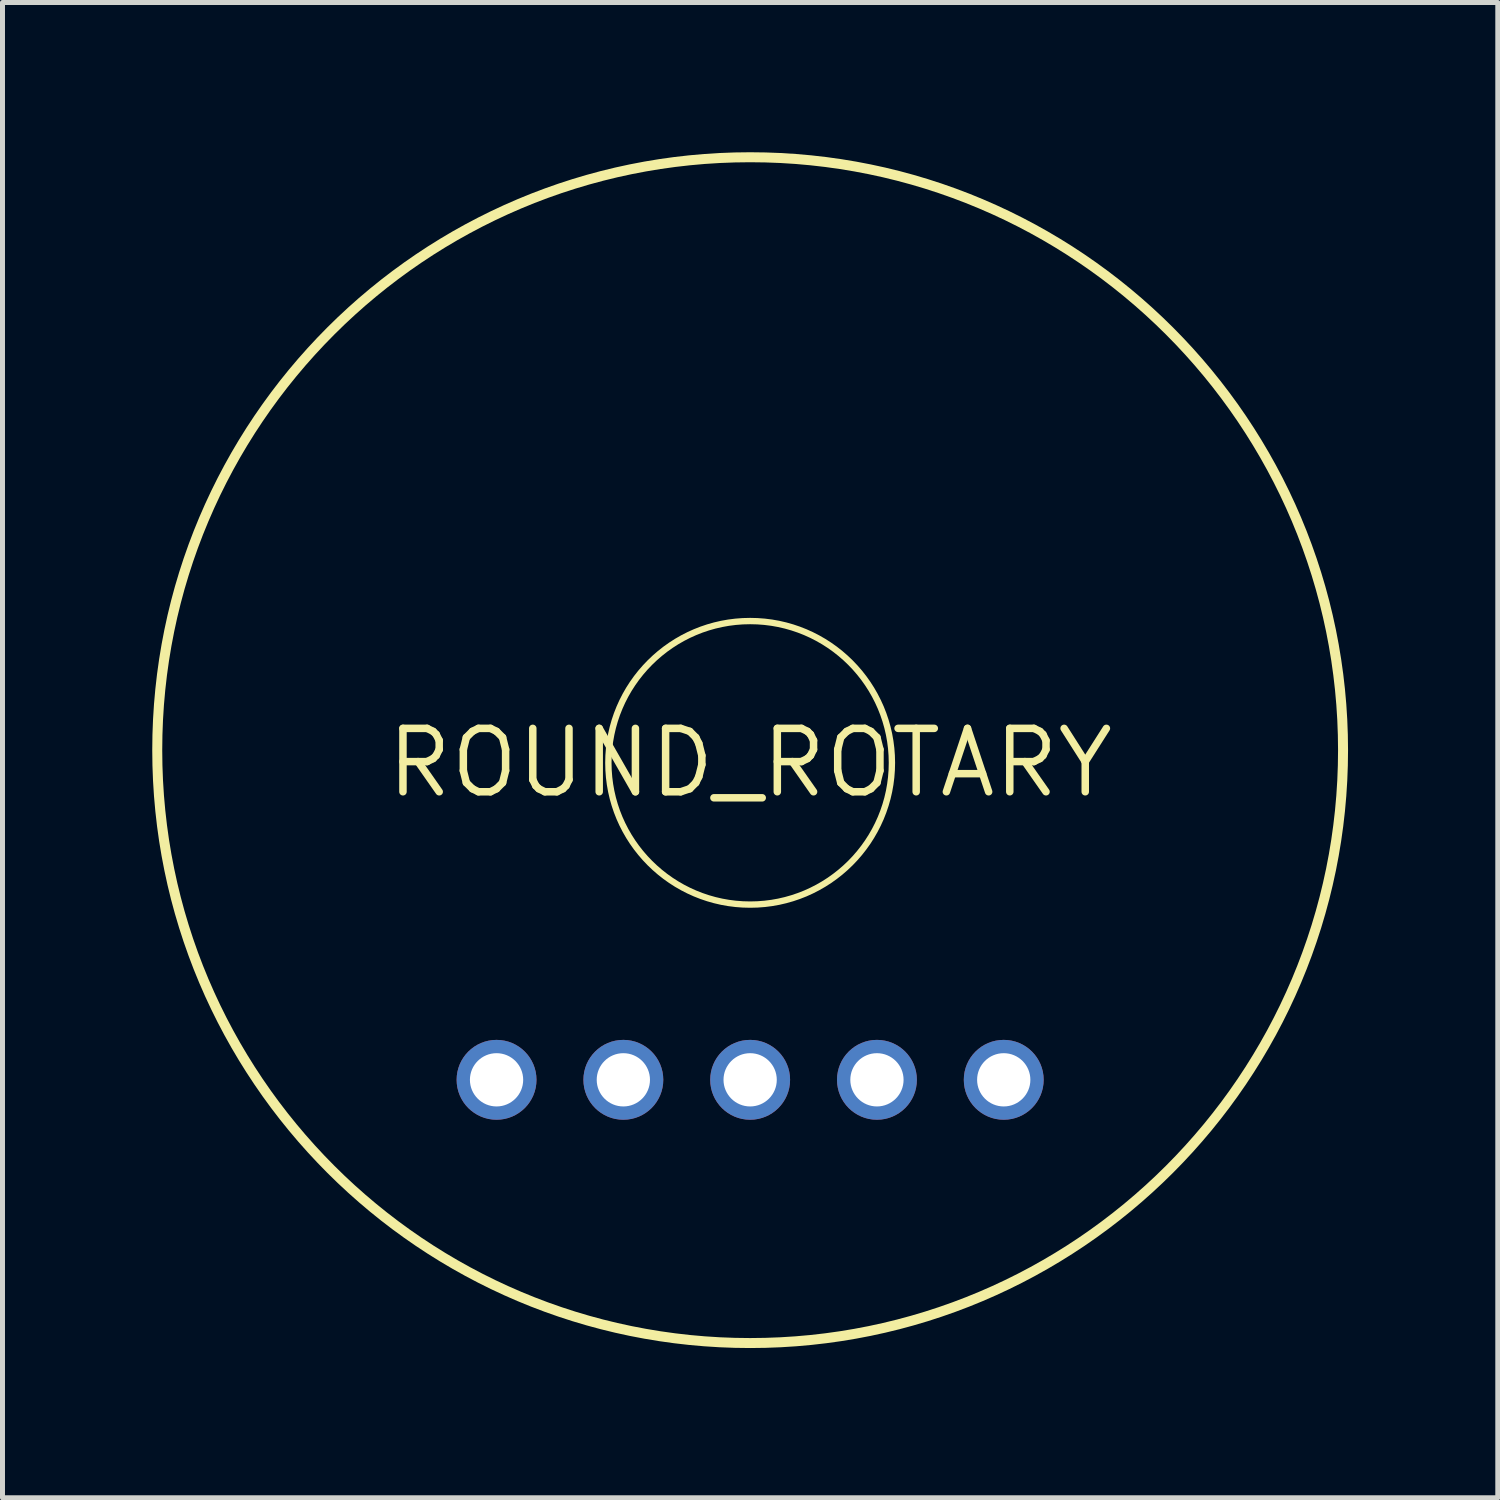
<source format=kicad_pcb>
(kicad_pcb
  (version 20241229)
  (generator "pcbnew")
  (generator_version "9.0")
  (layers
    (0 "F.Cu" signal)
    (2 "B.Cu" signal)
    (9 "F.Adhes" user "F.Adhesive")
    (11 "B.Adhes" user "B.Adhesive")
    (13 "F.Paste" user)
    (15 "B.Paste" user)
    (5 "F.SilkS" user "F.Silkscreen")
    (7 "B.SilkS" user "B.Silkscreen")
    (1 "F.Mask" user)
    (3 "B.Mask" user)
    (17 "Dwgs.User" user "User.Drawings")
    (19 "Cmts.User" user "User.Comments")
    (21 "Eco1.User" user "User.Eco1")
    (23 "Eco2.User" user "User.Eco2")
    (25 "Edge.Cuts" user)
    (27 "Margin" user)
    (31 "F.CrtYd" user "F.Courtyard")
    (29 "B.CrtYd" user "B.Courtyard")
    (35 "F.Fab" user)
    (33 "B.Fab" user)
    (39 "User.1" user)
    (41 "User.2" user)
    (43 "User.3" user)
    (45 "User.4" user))
  (footprint "ROUND_ROTARY"
    (layer "F.Cu")
    (at 11.977 12.231)
    (property "Reference" "ROUND_ROTARY" (at 0 0 0) (layer "F.SilkS") (effects (font (size 1.27 1.27) (thickness 0.15))))
    (attr through_hole)
    (fp_circle (center 0 -0.254) (end 11.877 -0.254) (stroke (width 0.2) (type solid)) (fill no) (layer "F.SilkS"))
    (fp_circle (center 0 0) (end 2.84 0) (stroke (width 0.127) (type solid)) (fill no) (layer "F.SilkS"))
    (pad "CLK" thru_hole circle (at 2.54 6.35 90) (size 1.6 1.6) (drill 1.067) (layers "*.Cu" "*.Mask"))
    (pad "GND" thru_hole circle (at -5.08 6.35 90) (size 1.6 1.6) (drill 1.067) (layers "*.Cu" "*.Mask"))
    (pad "S1" thru_hole circle (at -2.54 6.35 90) (size 1.6 1.6) (drill 1.067) (layers "*.Cu" "*.Mask"))
    (pad "S2" thru_hole circle (at 0 6.35 90) (size 1.6 1.6) (drill 1.067) (layers "*.Cu" "*.Mask"))
    (pad "VCC" thru_hole circle (at 5.08 6.35 90) (size 1.6 1.6) (drill 1.067) (layers "*.Cu" "*.Mask")))
  (gr_rect
    (start -3 -3)
    (end 26.954 26.954)
    (stroke (width 0.1) (type default))
    (fill no)
    (layer "Edge.Cuts")))
</source>
